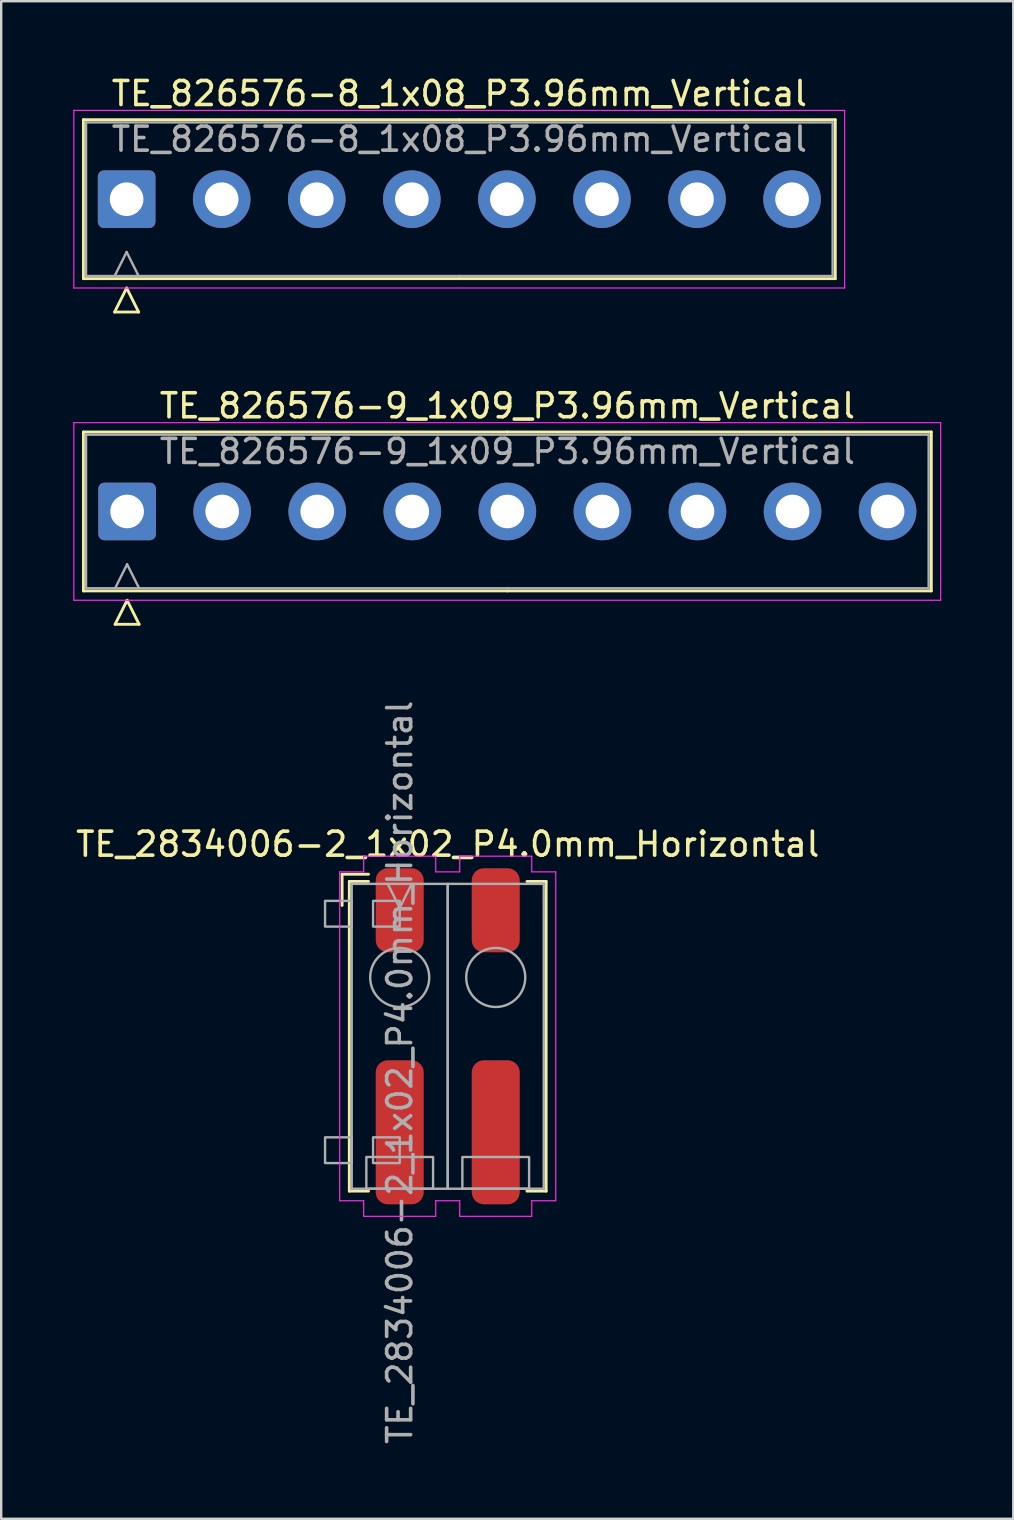
<source format=kicad_pcb>
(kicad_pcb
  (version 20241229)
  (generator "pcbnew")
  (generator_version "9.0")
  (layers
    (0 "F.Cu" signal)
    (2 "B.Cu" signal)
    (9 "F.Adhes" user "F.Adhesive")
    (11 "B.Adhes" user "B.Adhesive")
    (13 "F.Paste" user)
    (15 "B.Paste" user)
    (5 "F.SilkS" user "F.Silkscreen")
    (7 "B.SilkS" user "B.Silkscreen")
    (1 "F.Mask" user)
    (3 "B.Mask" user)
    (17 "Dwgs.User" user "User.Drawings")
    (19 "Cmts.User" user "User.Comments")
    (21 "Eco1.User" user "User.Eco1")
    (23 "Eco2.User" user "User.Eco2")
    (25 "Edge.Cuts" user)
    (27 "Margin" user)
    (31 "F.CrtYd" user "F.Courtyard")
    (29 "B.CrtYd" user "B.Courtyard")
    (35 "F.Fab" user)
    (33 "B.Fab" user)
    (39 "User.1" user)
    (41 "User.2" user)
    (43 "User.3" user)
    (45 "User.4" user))
  (footprint "TE_2834006-2_1x02_P4.0mm_Horizontal"
    (layer "F.Cu")
    (at 15.601 40.118)
    (property "Reference" "TE_2834006-2_1x02_P4.0mm_Horizontal" (at 0 -8 0) (unlocked yes) (layer "F.SilkS") (effects (font (size 1 1) (thickness 0.15))))
    (attr smd)
    (fp_line (start -4.4 -6.75) (end -4.4 -5.45) (stroke (width 0.12) (type solid)) (layer "F.SilkS"))
    (fp_line (start -4.1 -6.45) (end -3.3 -6.45) (stroke (width 0.12) (type solid)) (layer "F.SilkS"))
    (fp_line (start -4.1 6.45) (end -4.1 -6.45) (stroke (width 0.12) (type solid)) (layer "F.SilkS"))
    (fp_line (start -4.1 6.45) (end -3.3 6.45) (stroke (width 0.12) (type solid)) (layer "F.SilkS"))
    (fp_line (start -3.3 -6.75) (end -4.4 -6.75) (stroke (width 0.12) (type solid)) (layer "F.SilkS"))
    (fp_line (start 4.1 -6.45) (end 3.3 -6.45) (stroke (width 0.12) (type solid)) (layer "F.SilkS"))
    (fp_line (start 4.1 -6.45) (end 4.1 6.45) (stroke (width 0.12) (type solid)) (layer "F.SilkS"))
    (fp_line (start 4.1 6.45) (end 3.3 6.45) (stroke (width 0.12) (type solid)) (layer "F.SilkS"))
    (fp_line (start -4.5 -6.85) (end -4.5 6.85) (stroke (width 0.05) (type solid)) (layer "F.CrtYd"))
    (fp_line (start -4.5 -6.85) (end -3.5 -6.85) (stroke (width 0.05) (type solid)) (layer "F.CrtYd"))
    (fp_line (start -3.5 -7.5) (end -0.5 -7.5) (stroke (width 0.05) (type solid)) (layer "F.CrtYd"))
    (fp_line (start -3.5 -6.85) (end -3.5 -7.5) (stroke (width 0.05) (type solid)) (layer "F.CrtYd"))
    (fp_line (start -3.5 6.85) (end -4.5 6.85) (stroke (width 0.05) (type solid)) (layer "F.CrtYd"))
    (fp_line (start -3.5 7.5) (end -3.5 6.85) (stroke (width 0.05) (type solid)) (layer "F.CrtYd"))
    (fp_line (start -0.5 -7.5) (end -0.5 -6.85) (stroke (width 0.05) (type solid)) (layer "F.CrtYd"))
    (fp_line (start -0.5 -6.85) (end 0.5 -6.85) (stroke (width 0.05) (type solid)) (layer "F.CrtYd"))
    (fp_line (start -0.5 6.85) (end -0.5 7.5) (stroke (width 0.05) (type solid)) (layer "F.CrtYd"))
    (fp_line (start -0.5 7.5) (end -3.5 7.5) (stroke (width 0.05) (type solid)) (layer "F.CrtYd"))
    (fp_line (start 0.5 -7.5) (end 3.5 -7.5) (stroke (width 0.05) (type solid)) (layer "F.CrtYd"))
    (fp_line (start 0.5 -6.85) (end 0.5 -7.5) (stroke (width 0.05) (type solid)) (layer "F.CrtYd"))
    (fp_line (start 0.5 6.85) (end -0.5 6.85) (stroke (width 0.05) (type solid)) (layer "F.CrtYd"))
    (fp_line (start 0.5 7.5) (end 0.5 6.85) (stroke (width 0.05) (type solid)) (layer "F.CrtYd"))
    (fp_line (start 3.5 -7.5) (end 3.5 -6.85) (stroke (width 0.05) (type solid)) (layer "F.CrtYd"))
    (fp_line (start 3.5 -6.85) (end 4.5 -6.85) (stroke (width 0.05) (type solid)) (layer "F.CrtYd"))
    (fp_line (start 3.5 6.85) (end 3.5 7.5) (stroke (width 0.05) (type solid)) (layer "F.CrtYd"))
    (fp_line (start 3.5 7.5) (end 0.5 7.5) (stroke (width 0.05) (type solid)) (layer "F.CrtYd"))
    (fp_line (start 4.5 -6.85) (end 4.5 6.85) (stroke (width 0.05) (type solid)) (layer "F.CrtYd"))
    (fp_line (start 4.5 6.85) (end 3.5 6.85) (stroke (width 0.05) (type solid)) (layer "F.CrtYd"))
    (fp_line (start -2 -5.35) (end -2.5 -6.35) (stroke (width 0.1) (type solid)) (layer "F.Fab"))
    (fp_line (start -1.5 -6.35) (end -2 -5.35) (stroke (width 0.1) (type solid)) (layer "F.Fab"))
    (fp_rect (start -5.11 -5.64) (end -4 -4.569) (stroke (width 0.1) (type solid)) (fill no) (layer "F.Fab"))
    (fp_rect (start -5.11 4.21) (end -4 5.282) (stroke (width 0.1) (type solid)) (fill no) (layer "F.Fab"))
    (fp_rect (start -4 -6.35) (end 0 6.35) (stroke (width 0.1) (type solid)) (fill no) (layer "F.Fab"))
    (fp_rect (start -3.39 5.03) (end -0.61 6.35) (stroke (width 0.1) (type solid)) (fill no) (layer "F.Fab"))
    (fp_rect (start -3.11 -5.64) (end -2 -4.569) (stroke (width 0.1) (type solid)) (fill no) (layer "F.Fab"))
    (fp_rect (start -3.11 4.21) (end -2 5.282) (stroke (width 0.1) (type solid)) (fill no) (layer "F.Fab"))
    (fp_rect (start 0 -6.35) (end 4 6.35) (stroke (width 0.1) (type solid)) (fill no) (layer "F.Fab"))
    (fp_rect (start 0.61 5.03) (end 3.39 6.35) (stroke (width 0.1) (type solid)) (fill no) (layer "F.Fab"))
    (fp_circle (center -2 -2.45) (end -0.77 -2.45) (stroke (width 0.1) (type solid)) (fill no) (layer "F.Fab"))
    (fp_circle (center 2 -2.45) (end 3.23 -2.45) (stroke (width 0.1) (type solid)) (fill no) (layer "F.Fab"))
    (fp_text user "${REFERENCE}" (at -2 1.5 90) (unlocked yes) (layer "F.Fab") (effects (font (size 1 1) (thickness 0.15))))
    (pad "1" smd roundrect (at -2 -5.25) (size 2 3.5) (layers "F.Cu" "F.Mask" "F.Paste") (roundrect_rratio 0.25))
    (pad "1" smd roundrect (at -2 4) (size 2 6) (layers "F.Cu" "F.Mask" "F.Paste") (roundrect_rratio 0.25))
    (pad "2" smd roundrect (at 2 -5.25) (size 2 3.5) (layers "F.Cu" "F.Mask" "F.Paste") (roundrect_rratio 0.25))
    (pad "2" smd roundrect (at 2 4) (size 2 6) (layers "F.Cu" "F.Mask" "F.Paste") (roundrect_rratio 0.25)))
  (footprint "TE_826576-9_1x09_P3.96mm_Vertical"
    (layer "F.Cu")
    (at 2.245 18.256)
    (property "Reference" "TE_826576-9_1x09_P3.96mm_Vertical" (at 15.84 -4.4 0) (layer "F.SilkS") (effects (font (size 1 1) (thickness 0.15))))
    (attr through_hole)
    (fp_line (start -1.82 -3.31) (end -1.82 3.31) (stroke (width 0.12) (type solid)) (layer "F.SilkS"))
    (fp_line (start -1.82 3.31) (end 15.84 3.31) (stroke (width 0.12) (type solid)) (layer "F.SilkS"))
    (fp_line (start -0.5 4.7) (end 0 3.7) (stroke (width 0.12) (type solid)) (layer "F.SilkS"))
    (fp_line (start 0 3.7) (end 0.5 4.7) (stroke (width 0.12) (type solid)) (layer "F.SilkS"))
    (fp_line (start 0.5 4.7) (end -0.5 4.7) (stroke (width 0.12) (type solid)) (layer "F.SilkS"))
    (fp_line (start 15.84 -3.31) (end -1.82 -3.31) (stroke (width 0.12) (type solid)) (layer "F.SilkS"))
    (fp_line (start 15.84 -3.31) (end 33.5 -3.31) (stroke (width 0.12) (type solid)) (layer "F.SilkS"))
    (fp_line (start 33.5 -3.31) (end 33.5 3.31) (stroke (width 0.12) (type solid)) (layer "F.SilkS"))
    (fp_line (start 33.5 3.31) (end 15.84 3.31) (stroke (width 0.12) (type solid)) (layer "F.SilkS"))
    (fp_line (start -2.22 -3.7) (end -2.22 3.7) (stroke (width 0.05) (type solid)) (layer "F.CrtYd"))
    (fp_line (start -2.22 3.7) (end 33.89 3.7) (stroke (width 0.05) (type solid)) (layer "F.CrtYd"))
    (fp_line (start 33.89 -3.7) (end -2.22 -3.7) (stroke (width 0.05) (type solid)) (layer "F.CrtYd"))
    (fp_line (start 33.89 3.7) (end 33.89 -3.7) (stroke (width 0.05) (type solid)) (layer "F.CrtYd"))
    (fp_line (start -1.71 -3.2) (end -1.71 3.2) (stroke (width 0.1) (type solid)) (layer "F.Fab"))
    (fp_line (start -1.71 3.2) (end 15.84 3.2) (stroke (width 0.1) (type solid)) (layer "F.Fab"))
    (fp_line (start -0.5 3.2) (end 0 2.2) (stroke (width 0.1) (type solid)) (layer "F.Fab"))
    (fp_line (start 0 2.2) (end 0.5 3.2) (stroke (width 0.1) (type solid)) (layer "F.Fab"))
    (fp_line (start 15.84 -3.2) (end -1.71 -3.2) (stroke (width 0.1) (type solid)) (layer "F.Fab"))
    (fp_line (start 15.84 -3.2) (end 33.39 -3.2) (stroke (width 0.1) (type solid)) (layer "F.Fab"))
    (fp_line (start 33.39 -3.2) (end 33.39 3.2) (stroke (width 0.1) (type solid)) (layer "F.Fab"))
    (fp_line (start 33.39 3.2) (end 15.84 3.2) (stroke (width 0.1) (type solid)) (layer "F.Fab"))
    (fp_text user "${REFERENCE}" (at 15.84 -2.5 0) (layer "F.Fab") (effects (font (size 1 1) (thickness 0.15))))
    (pad "1" thru_hole roundrect (at 0 0) (size 2.4 2.4) (drill 1.4) (layers "*.Cu" "*.Mask") (roundrect_rratio 0.104))
    (pad "2" thru_hole circle (at 3.96 0) (size 2.4 2.4) (drill 1.4) (layers "*.Cu" "*.Mask"))
    (pad "3" thru_hole circle (at 7.92 0) (size 2.4 2.4) (drill 1.4) (layers "*.Cu" "*.Mask"))
    (pad "4" thru_hole circle (at 11.88 0) (size 2.4 2.4) (drill 1.4) (layers "*.Cu" "*.Mask"))
    (pad "5" thru_hole circle (at 15.84 0) (size 2.4 2.4) (drill 1.4) (layers "*.Cu" "*.Mask"))
    (pad "6" thru_hole circle (at 19.8 0) (size 2.4 2.4) (drill 1.4) (layers "*.Cu" "*.Mask"))
    (pad "7" thru_hole circle (at 23.76 0) (size 2.4 2.4) (drill 1.4) (layers "*.Cu" "*.Mask"))
    (pad "8" thru_hole circle (at 27.72 0) (size 2.4 2.4) (drill 1.4) (layers "*.Cu" "*.Mask"))
    (pad "9" thru_hole circle (at 31.68 0) (size 2.4 2.4) (drill 1.4) (layers "*.Cu" "*.Mask")))
  (footprint "TE_826576-8_1x08_P3.96mm_Vertical"
    (layer "F.Cu")
    (at 2.225 5.248)
    (property "Reference" "TE_826576-8_1x08_P3.96mm_Vertical" (at 13.86 -4.4 0) (layer "F.SilkS") (effects (font (size 1 1) (thickness 0.15))))
    (attr through_hole)
    (fp_line (start -1.8 -3.31) (end -1.8 3.31) (stroke (width 0.12) (type solid)) (layer "F.SilkS"))
    (fp_line (start -1.8 3.31) (end 13.86 3.31) (stroke (width 0.12) (type solid)) (layer "F.SilkS"))
    (fp_line (start -0.5 4.7) (end 0 3.7) (stroke (width 0.12) (type solid)) (layer "F.SilkS"))
    (fp_line (start 0 3.7) (end 0.5 4.7) (stroke (width 0.12) (type solid)) (layer "F.SilkS"))
    (fp_line (start 0.5 4.7) (end -0.5 4.7) (stroke (width 0.12) (type solid)) (layer "F.SilkS"))
    (fp_line (start 13.86 -3.31) (end -1.8 -3.31) (stroke (width 0.12) (type solid)) (layer "F.SilkS"))
    (fp_line (start 13.86 -3.31) (end 29.52 -3.31) (stroke (width 0.12) (type solid)) (layer "F.SilkS"))
    (fp_line (start 29.52 -3.31) (end 29.52 3.31) (stroke (width 0.12) (type solid)) (layer "F.SilkS"))
    (fp_line (start 29.52 3.31) (end 13.86 3.31) (stroke (width 0.12) (type solid)) (layer "F.SilkS"))
    (fp_line (start -2.2 -3.7) (end -2.2 3.7) (stroke (width 0.05) (type solid)) (layer "F.CrtYd"))
    (fp_line (start -2.2 3.7) (end 29.91 3.7) (stroke (width 0.05) (type solid)) (layer "F.CrtYd"))
    (fp_line (start 29.91 -3.7) (end -2.2 -3.7) (stroke (width 0.05) (type solid)) (layer "F.CrtYd"))
    (fp_line (start 29.91 3.7) (end 29.91 -3.7) (stroke (width 0.05) (type solid)) (layer "F.CrtYd"))
    (fp_line (start -1.69 -3.2) (end -1.69 3.2) (stroke (width 0.1) (type solid)) (layer "F.Fab"))
    (fp_line (start -1.69 3.2) (end 13.86 3.2) (stroke (width 0.1) (type solid)) (layer "F.Fab"))
    (fp_line (start -0.5 3.2) (end 0 2.2) (stroke (width 0.1) (type solid)) (layer "F.Fab"))
    (fp_line (start 0 2.2) (end 0.5 3.2) (stroke (width 0.1) (type solid)) (layer "F.Fab"))
    (fp_line (start 13.86 -3.2) (end -1.69 -3.2) (stroke (width 0.1) (type solid)) (layer "F.Fab"))
    (fp_line (start 13.86 -3.2) (end 29.41 -3.2) (stroke (width 0.1) (type solid)) (layer "F.Fab"))
    (fp_line (start 29.41 -3.2) (end 29.41 3.2) (stroke (width 0.1) (type solid)) (layer "F.Fab"))
    (fp_line (start 29.41 3.2) (end 13.86 3.2) (stroke (width 0.1) (type solid)) (layer "F.Fab"))
    (fp_text user "${REFERENCE}" (at 13.86 -2.5 0) (layer "F.Fab") (effects (font (size 1 1) (thickness 0.15))))
    (pad "1" thru_hole roundrect (at 0 0) (size 2.4 2.4) (drill 1.4) (layers "*.Cu" "*.Mask") (roundrect_rratio 0.104))
    (pad "2" thru_hole circle (at 3.96 0) (size 2.4 2.4) (drill 1.4) (layers "*.Cu" "*.Mask"))
    (pad "3" thru_hole circle (at 7.92 0) (size 2.4 2.4) (drill 1.4) (layers "*.Cu" "*.Mask"))
    (pad "4" thru_hole circle (at 11.88 0) (size 2.4 2.4) (drill 1.4) (layers "*.Cu" "*.Mask"))
    (pad "5" thru_hole circle (at 15.84 0) (size 2.4 2.4) (drill 1.4) (layers "*.Cu" "*.Mask"))
    (pad "6" thru_hole circle (at 19.8 0) (size 2.4 2.4) (drill 1.4) (layers "*.Cu" "*.Mask"))
    (pad "7" thru_hole circle (at 23.76 0) (size 2.4 2.4) (drill 1.4) (layers "*.Cu" "*.Mask"))
    (pad "8" thru_hole circle (at 27.72 0) (size 2.4 2.4) (drill 1.4) (layers "*.Cu" "*.Mask")))
  (gr_rect
    (start -3 -3)
    (end 39.16 60.219)
    (stroke (width 0.1) (type default))
    (fill no)
    (layer "Edge.Cuts")))
</source>
